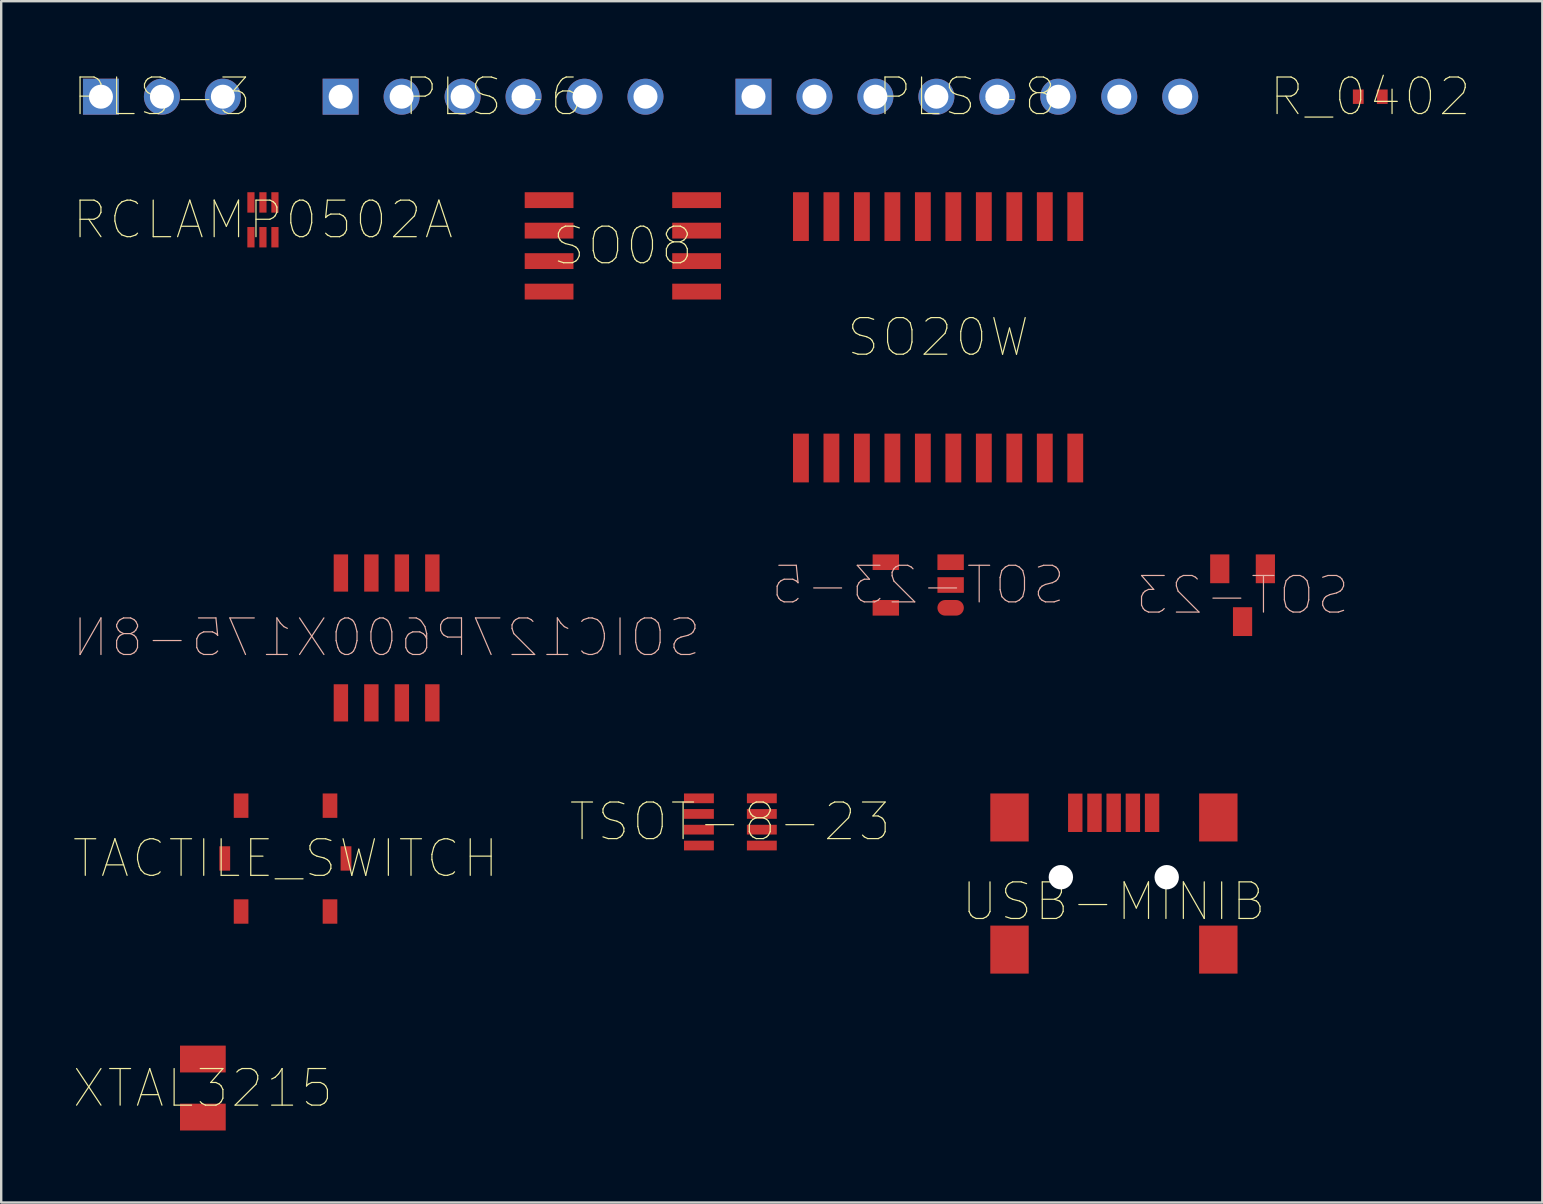
<source format=kicad_pcb>
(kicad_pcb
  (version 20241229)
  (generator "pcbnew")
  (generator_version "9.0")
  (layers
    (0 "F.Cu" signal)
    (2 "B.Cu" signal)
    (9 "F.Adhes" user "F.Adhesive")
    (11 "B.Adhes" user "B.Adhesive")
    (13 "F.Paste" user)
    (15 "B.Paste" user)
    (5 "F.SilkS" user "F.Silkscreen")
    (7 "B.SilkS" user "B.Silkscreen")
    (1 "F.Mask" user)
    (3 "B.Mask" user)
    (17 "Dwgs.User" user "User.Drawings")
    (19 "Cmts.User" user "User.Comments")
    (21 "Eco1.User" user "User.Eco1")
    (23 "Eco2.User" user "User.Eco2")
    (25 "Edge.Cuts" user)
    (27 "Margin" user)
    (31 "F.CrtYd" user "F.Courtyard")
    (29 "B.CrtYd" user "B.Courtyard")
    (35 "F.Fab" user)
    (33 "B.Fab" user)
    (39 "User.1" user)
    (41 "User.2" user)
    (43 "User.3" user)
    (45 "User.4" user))
  (footprint "SOT-23-5"
    (layer "F.Cu")
    (at 35.207 21.324)
    (property "Reference" "SOT-23-5" (at 0 0 0) (layer "B.SilkS") (effects (font (size 1.524 1.524) (thickness 0.05)) (justify mirror)))
    (attr smd)
    (pad "1" smd oval (at 1.35 0.95 270) (size 0.65 1.1) (layers "F.Cu" "F.Mask" "F.Paste"))
    (pad "2" smd rect (at 1.35 0 270) (size 0.65 1.1) (layers "F.Cu" "F.Mask" "F.Paste"))
    (pad "3" smd rect (at 1.35 -0.95 270) (size 0.65 1.1) (layers "F.Cu" "F.Mask" "F.Paste"))
    (pad "4" smd rect (at -1.35 -0.95 270) (size 0.65 1.1) (layers "F.Cu" "F.Mask" "F.Paste"))
    (pad "5" smd rect (at -1.35 0.95 270) (size 0.65 1.1) (layers "F.Cu" "F.Mask" "F.Paste")))
  (footprint "SO20W"
    (layer "F.Cu")
    (at 36.035 11.004)
    (property "Reference" "SO20W" (at 0 0 0) (layer "F.SilkS") (effects (font (size 1.524 1.524) (thickness 0.05))))
    (attr smd)
    (pad "1" smd rect (at -5.715 5.029) (size 0.66 2.032) (layers "F.Cu" "F.Mask" "F.Paste"))
    (pad "2" smd rect (at -4.445 5.029) (size 0.66 2.032) (layers "F.Cu" "F.Mask" "F.Paste"))
    (pad "3" smd rect (at -3.175 5.029) (size 0.66 2.032) (layers "F.Cu" "F.Mask" "F.Paste"))
    (pad "4" smd rect (at -1.905 5.029) (size 0.66 2.032) (layers "F.Cu" "F.Mask" "F.Paste"))
    (pad "5" smd rect (at -0.635 5.029) (size 0.66 2.032) (layers "F.Cu" "F.Mask" "F.Paste"))
    (pad "6" smd rect (at 0.635 5.029) (size 0.66 2.032) (layers "F.Cu" "F.Mask" "F.Paste"))
    (pad "7" smd rect (at 1.905 5.029) (size 0.66 2.032) (layers "F.Cu" "F.Mask" "F.Paste"))
    (pad "8" smd rect (at 3.175 5.029) (size 0.66 2.032) (layers "F.Cu" "F.Mask" "F.Paste"))
    (pad "9" smd rect (at 4.445 5.029) (size 0.66 2.032) (layers "F.Cu" "F.Mask" "F.Paste"))
    (pad "10" smd rect (at 5.715 5.029) (size 0.66 2.032) (layers "F.Cu" "F.Mask" "F.Paste"))
    (pad "11" smd rect (at 5.715 -5.029) (size 0.66 2.032) (layers "F.Cu" "F.Mask" "F.Paste"))
    (pad "12" smd rect (at 4.445 -5.029) (size 0.66 2.032) (layers "F.Cu" "F.Mask" "F.Paste"))
    (pad "13" smd rect (at 3.175 -5.029) (size 0.66 2.032) (layers "F.Cu" "F.Mask" "F.Paste"))
    (pad "14" smd rect (at 1.905 -5.029) (size 0.66 2.032) (layers "F.Cu" "F.Mask" "F.Paste"))
    (pad "15" smd rect (at 0.635 -5.029) (size 0.66 2.032) (layers "F.Cu" "F.Mask" "F.Paste"))
    (pad "16" smd rect (at -0.635 -5.029) (size 0.66 2.032) (layers "F.Cu" "F.Mask" "F.Paste"))
    (pad "17" smd rect (at -1.905 -5.029) (size 0.66 2.032) (layers "F.Cu" "F.Mask" "F.Paste"))
    (pad "18" smd rect (at -3.175 -5.029) (size 0.66 2.032) (layers "F.Cu" "F.Mask" "F.Paste"))
    (pad "19" smd rect (at -4.445 -5.029) (size 0.66 2.032) (layers "F.Cu" "F.Mask" "F.Paste"))
    (pad "20" smd rect (at -5.715 -5.029) (size 0.66 2.032) (layers "F.Cu" "F.Mask" "F.Paste")))
  (footprint "TSOT-8-23"
    (layer "F.Cu")
    (at 27.37 31.187)
    (property "Reference" "TSOT-8-23" (at 0 0 0) (layer "F.SilkS") (effects (font (size 1.524 1.524) (thickness 0.05))))
    (attr smd)
    (pad "1" smd rect (at -1.3 -0.975) (size 1.245 0.406) (layers "F.Cu" "F.Mask" "F.Paste"))
    (pad "2" smd rect (at -1.3 -0.325) (size 1.245 0.406) (layers "F.Cu" "F.Mask" "F.Paste"))
    (pad "3" smd rect (at -1.3 0.33) (size 1.245 0.406) (layers "F.Cu" "F.Mask" "F.Paste"))
    (pad "4" smd rect (at -1.3 0.991) (size 1.245 0.406) (layers "F.Cu" "F.Mask" "F.Paste"))
    (pad "5" smd rect (at 1.321 0.991) (size 1.245 0.406) (layers "F.Cu" "F.Mask" "F.Paste"))
    (pad "6" smd rect (at 1.321 0.33) (size 1.245 0.406) (layers "F.Cu" "F.Mask" "F.Paste"))
    (pad "7" smd rect (at 1.321 -0.325) (size 1.245 0.406) (layers "F.Cu" "F.Mask" "F.Paste"))
    (pad "8" smd rect (at 1.321 -0.975) (size 1.245 0.406) (layers "F.Cu" "F.Mask" "F.Paste")))
  (footprint "RCLAMP0502A"
    (layer "F.Cu")
    (at 7.905 6.109)
    (property "Reference" "RCLAMP0502A" (at 0 0 0) (layer "F.SilkS") (effects (font (size 1.524 1.524) (thickness 0.05))))
    (attr smd)
    (pad "1" smd rect (at 0.5 -0.725 270) (size 0.85 0.3) (layers "F.Cu" "F.Mask" "F.Paste"))
    (pad "2" smd rect (at 0 -0.725 270) (size 0.85 0.3) (layers "F.Cu" "F.Mask" "F.Paste"))
    (pad "3" smd rect (at -0.5 -0.725 270) (size 0.85 0.3) (layers "F.Cu" "F.Mask" "F.Paste"))
    (pad "4" smd rect (at -0.5 0.725 270) (size 0.85 0.3) (layers "F.Cu" "F.Mask" "F.Paste"))
    (pad "5" smd rect (at 0 0.725 270) (size 0.85 0.3) (layers "F.Cu" "F.Mask" "F.Paste"))
    (pad "6" smd rect (at 0.5 0.725 270) (size 0.85 0.3) (layers "F.Cu" "F.Mask" "F.Paste")))
  (footprint "TACTILE_SWITCH"
    (layer "F.Cu")
    (at 8.849 32.717)
    (property "Reference" "TACTILE_SWITCH" (at 0 0 0) (layer "F.SilkS") (effects (font (size 1.524 1.524) (thickness 0.05))))
    (attr smd)
    (pad "A1" smd rect (at 1.85 2.21 180) (size 0.61 1.016) (layers "F.Cu" "F.Mask" "F.Paste"))
    (pad "A2" smd rect (at 1.85 -2.2 180) (size 0.61 1.016) (layers "F.Cu" "F.Mask" "F.Paste"))
    (pad "B1" smd rect (at -1.854 2.21 180) (size 0.61 1.016) (layers "F.Cu" "F.Mask" "F.Paste"))
    (pad "B2" smd rect (at -1.854 -2.2 180) (size 0.61 1.016) (layers "F.Cu" "F.Mask" "F.Paste"))
    (pad "G1" smd rect (at 2.517 0 270) (size 1.016 0.45) (layers "F.Cu" "F.Mask" "F.Paste"))
    (pad "G2" smd rect (at -2.535 0 270) (size 1.016 0.45) (layers "F.Cu" "F.Mask" "F.Paste")))
  (footprint "USB-MINIB"
    (layer "F.Cu")
    (at 43.35 34.514)
    (property "Reference" "USB-MINIB" (at 0 0 0) (layer "F.SilkS") (effects (font (size 1.524 1.524) (thickness 0.05))))
    (attr smd)
    (pad "" np_thru_hole circle (at -2.2 -1.016) (size 1.016 1.016) (drill 1.1) (layers "*.Cu" "*.Paste" "*.Mask"))
    (pad "" np_thru_hole circle (at 2.21 -1.016) (size 1.016 1.016) (drill 1.1) (layers "*.Cu" "*.Paste" "*.Mask"))
    (pad "D+" smd rect (at 0 -3.7 180) (size 0.6 1.6) (layers "F.Cu" "F.Mask" "F.Paste"))
    (pad "D-" smd rect (at -0.8 -3.7 180) (size 0.6 1.6) (layers "F.Cu" "F.Mask" "F.Paste"))
    (pad "GND" smd rect (at -4.34 -3.505) (size 1.6 2) (layers "F.Cu" "F.Mask" "F.Paste"))
    (pad "GND" smd rect (at -4.34 2) (size 1.6 2) (layers "F.Cu" "F.Mask" "F.Paste"))
    (pad "GND" smd rect (at 1.6 -3.7 180) (size 0.6 1.6) (layers "F.Cu" "F.Mask" "F.Paste"))
    (pad "GND" smd rect (at 4.36 -3.505) (size 1.6 2) (layers "F.Cu" "F.Mask" "F.Paste"))
    (pad "GND" smd rect (at 4.36 2) (size 1.6 2) (layers "F.Cu" "F.Mask" "F.Paste"))
    (pad "ID" smd rect (at 0.8 -3.7 180) (size 0.6 1.6) (layers "F.Cu" "F.Mask" "F.Paste"))
    (pad "VBUS" smd rect (at -1.6 -3.7 180) (size 0.6 1.6) (layers "F.Cu" "F.Mask" "F.Paste")))
  (footprint "SO08"
    (layer "F.Cu")
    (at 22.9 7.194)
    (property "Reference" "SO08" (at 0 0 0) (layer "F.SilkS") (effects (font (size 1.524 1.524) (thickness 0.05))))
    (attr smd)
    (pad "1" smd rect (at -3.073 -1.905 270) (size 0.66 2.032) (layers "F.Cu" "F.Mask" "F.Paste"))
    (pad "2" smd rect (at -3.073 -0.635 270) (size 0.66 2.032) (layers "F.Cu" "F.Mask" "F.Paste"))
    (pad "3" smd rect (at -3.073 0.635 270) (size 0.66 2.032) (layers "F.Cu" "F.Mask" "F.Paste"))
    (pad "4" smd rect (at -3.073 1.905 270) (size 0.66 2.032) (layers "F.Cu" "F.Mask" "F.Paste"))
    (pad "5" smd rect (at 3.073 1.905 270) (size 0.66 2.032) (layers "F.Cu" "F.Mask" "F.Paste"))
    (pad "6" smd rect (at 3.073 0.635 270) (size 0.66 2.032) (layers "F.Cu" "F.Mask" "F.Paste"))
    (pad "7" smd rect (at 3.073 -0.635 270) (size 0.66 2.032) (layers "F.Cu" "F.Mask" "F.Paste"))
    (pad "8" smd rect (at 3.073 -1.905 270) (size 0.66 2.032) (layers "F.Cu" "F.Mask" "F.Paste")))
  (footprint "PLS-8"
    (layer "F.Cu")
    (at 37.233 0.979)
    (property "Reference" "PLS-8" (at 0 0 0) (layer "F.SilkS") (effects (font (size 1.524 1.524) (thickness 0.05))))
    (attr smd)
    (pad "1" thru_hole rect (at -8.89 0) (size 1.5 1.5) (drill 1) (layers "*.Cu" "*.Paste" "*.Mask"))
    (pad "2" thru_hole circle (at -6.35 0) (size 1.5 1.5) (drill 1) (layers "*.Cu" "*.Paste" "*.Mask"))
    (pad "3" thru_hole circle (at -3.81 0) (size 1.5 1.5) (drill 1) (layers "*.Cu" "*.Paste" "*.Mask"))
    (pad "4" thru_hole circle (at -1.27 0) (size 1.5 1.5) (drill 1) (layers "*.Cu" "*.Paste" "*.Mask"))
    (pad "5" thru_hole circle (at 1.27 0) (size 1.5 1.5) (drill 1) (layers "*.Cu" "*.Paste" "*.Mask"))
    (pad "6" thru_hole circle (at 3.81 0) (size 1.5 1.5) (drill 1) (layers "*.Cu" "*.Paste" "*.Mask"))
    (pad "7" thru_hole circle (at 6.35 0) (size 1.5 1.5) (drill 1) (layers "*.Cu" "*.Paste" "*.Mask"))
    (pad "8" thru_hole circle (at 8.89 0) (size 1.5 1.5) (drill 1) (layers "*.Cu" "*.Paste" "*.Mask")))
  (footprint "PLS-6"
    (layer "F.Cu")
    (at 17.493 0.979)
    (property "Reference" "PLS-6" (at 0 0 0) (layer "F.SilkS") (effects (font (size 1.524 1.524) (thickness 0.05))))
    (attr smd)
    (pad "1" thru_hole rect (at -6.35 0) (size 1.5 1.5) (drill 1) (layers "*.Cu" "*.Paste" "*.Mask"))
    (pad "2" thru_hole circle (at -3.81 0) (size 1.5 1.5) (drill 1) (layers "*.Cu" "*.Paste" "*.Mask"))
    (pad "3" thru_hole circle (at -1.27 0) (size 1.5 1.5) (drill 1) (layers "*.Cu" "*.Paste" "*.Mask"))
    (pad "4" thru_hole circle (at 1.27 0) (size 1.5 1.5) (drill 1) (layers "*.Cu" "*.Paste" "*.Mask"))
    (pad "5" thru_hole circle (at 3.81 0) (size 1.5 1.5) (drill 1) (layers "*.Cu" "*.Paste" "*.Mask"))
    (pad "6" thru_hole circle (at 6.35 0) (size 1.5 1.5) (drill 1) (layers "*.Cu" "*.Paste" "*.Mask")))
  (footprint "R_0402"
    (layer "F.Cu")
    (at 54.041 0.979)
    (property "Reference" "R_0402" (at 0 0 0) (layer "F.SilkS") (effects (font (size 1.524 1.524) (thickness 0.05))))
    (attr smd)
    (pad "1" smd rect (at 0.5 0 180) (size 0.45 0.6) (layers "F.Cu" "F.Mask" "F.Paste"))
    (pad "2" smd rect (at -0.5 0 180) (size 0.45 0.6) (layers "F.Cu" "F.Mask" "F.Paste")))
  (footprint "SOT-23"
    (layer "F.Cu")
    (at 48.72 21.749)
    (property "Reference" "SOT-23" (at 0 0 0) (layer "B.SilkS") (effects (font (size 1.524 1.524) (thickness 0.05)) (justify mirror)))
    (attr smd)
    (pad "1" smd rect (at 0.95 -1.1 270) (size 1.2 0.8) (layers "F.Cu" "F.Mask" "F.Paste"))
    (pad "2" smd rect (at -0.95 -1.1 270) (size 1.2 0.8) (layers "F.Cu" "F.Mask" "F.Paste"))
    (pad "3" smd rect (at 0 1.1 270) (size 1.2 0.8) (layers "F.Cu" "F.Mask" "F.Paste")))
  (footprint "PLS-3"
    (layer "F.Cu")
    (at 3.696 0.979)
    (property "Reference" "PLS-3" (at 0 0 0) (layer "F.SilkS") (effects (font (size 1.524 1.524) (thickness 0.05))))
    (attr smd)
    (pad "1" thru_hole rect (at -2.54 0) (size 1.5 1.5) (drill 1) (layers "*.Cu" "*.Paste" "*.Mask"))
    (pad "2" thru_hole circle (at 0 0) (size 1.5 1.5) (drill 1) (layers "*.Cu" "*.Paste" "*.Mask"))
    (pad "3" thru_hole circle (at 2.54 0) (size 1.5 1.5) (drill 1) (layers "*.Cu" "*.Paste" "*.Mask")))
  (footprint "XTAL3215"
    (layer "F.Cu")
    (at 5.402 42.292)
    (property "Reference" "XTAL3215" (at 0 0 0) (layer "F.SilkS") (effects (font (size 1.524 1.524) (thickness 0.05))))
    (attr smd)
    (pad "P$1" smd rect (at 0 -1.219 90) (size 1.118 1.905) (layers "F.Cu" "F.Mask" "F.Paste"))
    (pad "P$2" smd rect (at 0 1.2 270) (size 1.118 1.905) (layers "F.Cu" "F.Mask" "F.Paste")))
  (footprint "SOIC127P600X175-8N"
    (layer "F.Cu")
    (at 13.058 23.516)
    (property "Reference" "SOIC127P600X175-8N" (at 0 0 0) (layer "B.SilkS") (effects (font (size 1.524 1.524) (thickness 0.05)) (justify mirror)))
    (attr smd)
    (pad "1" smd rect (at -1.905 2.718 90) (size 1.55 0.6) (layers "F.Cu" "F.Mask" "F.Paste"))
    (pad "2" smd rect (at -0.635 2.718 90) (size 1.55 0.6) (layers "F.Cu" "F.Mask" "F.Paste"))
    (pad "3" smd rect (at 0.635 2.718 90) (size 1.55 0.6) (layers "F.Cu" "F.Mask" "F.Paste"))
    (pad "4" smd rect (at 1.905 2.718 90) (size 1.55 0.6) (layers "F.Cu" "F.Mask" "F.Paste"))
    (pad "5" smd rect (at 1.905 -2.692 90) (size 1.55 0.6) (layers "F.Cu" "F.Mask" "F.Paste"))
    (pad "6" smd rect (at 0.635 -2.692 90) (size 1.55 0.6) (layers "F.Cu" "F.Mask" "F.Paste"))
    (pad "7" smd rect (at -0.635 -2.692 90) (size 1.55 0.6) (layers "F.Cu" "F.Mask" "F.Paste"))
    (pad "8" smd rect (at -1.905 -2.692 90) (size 1.55 0.6) (layers "F.Cu" "F.Mask" "F.Paste")))
  (gr_rect
    (start -3 -3)
    (end 61.209 47.051)
    (stroke (width 0.1) (type default))
    (fill no)
    (layer "Edge.Cuts")))
</source>
